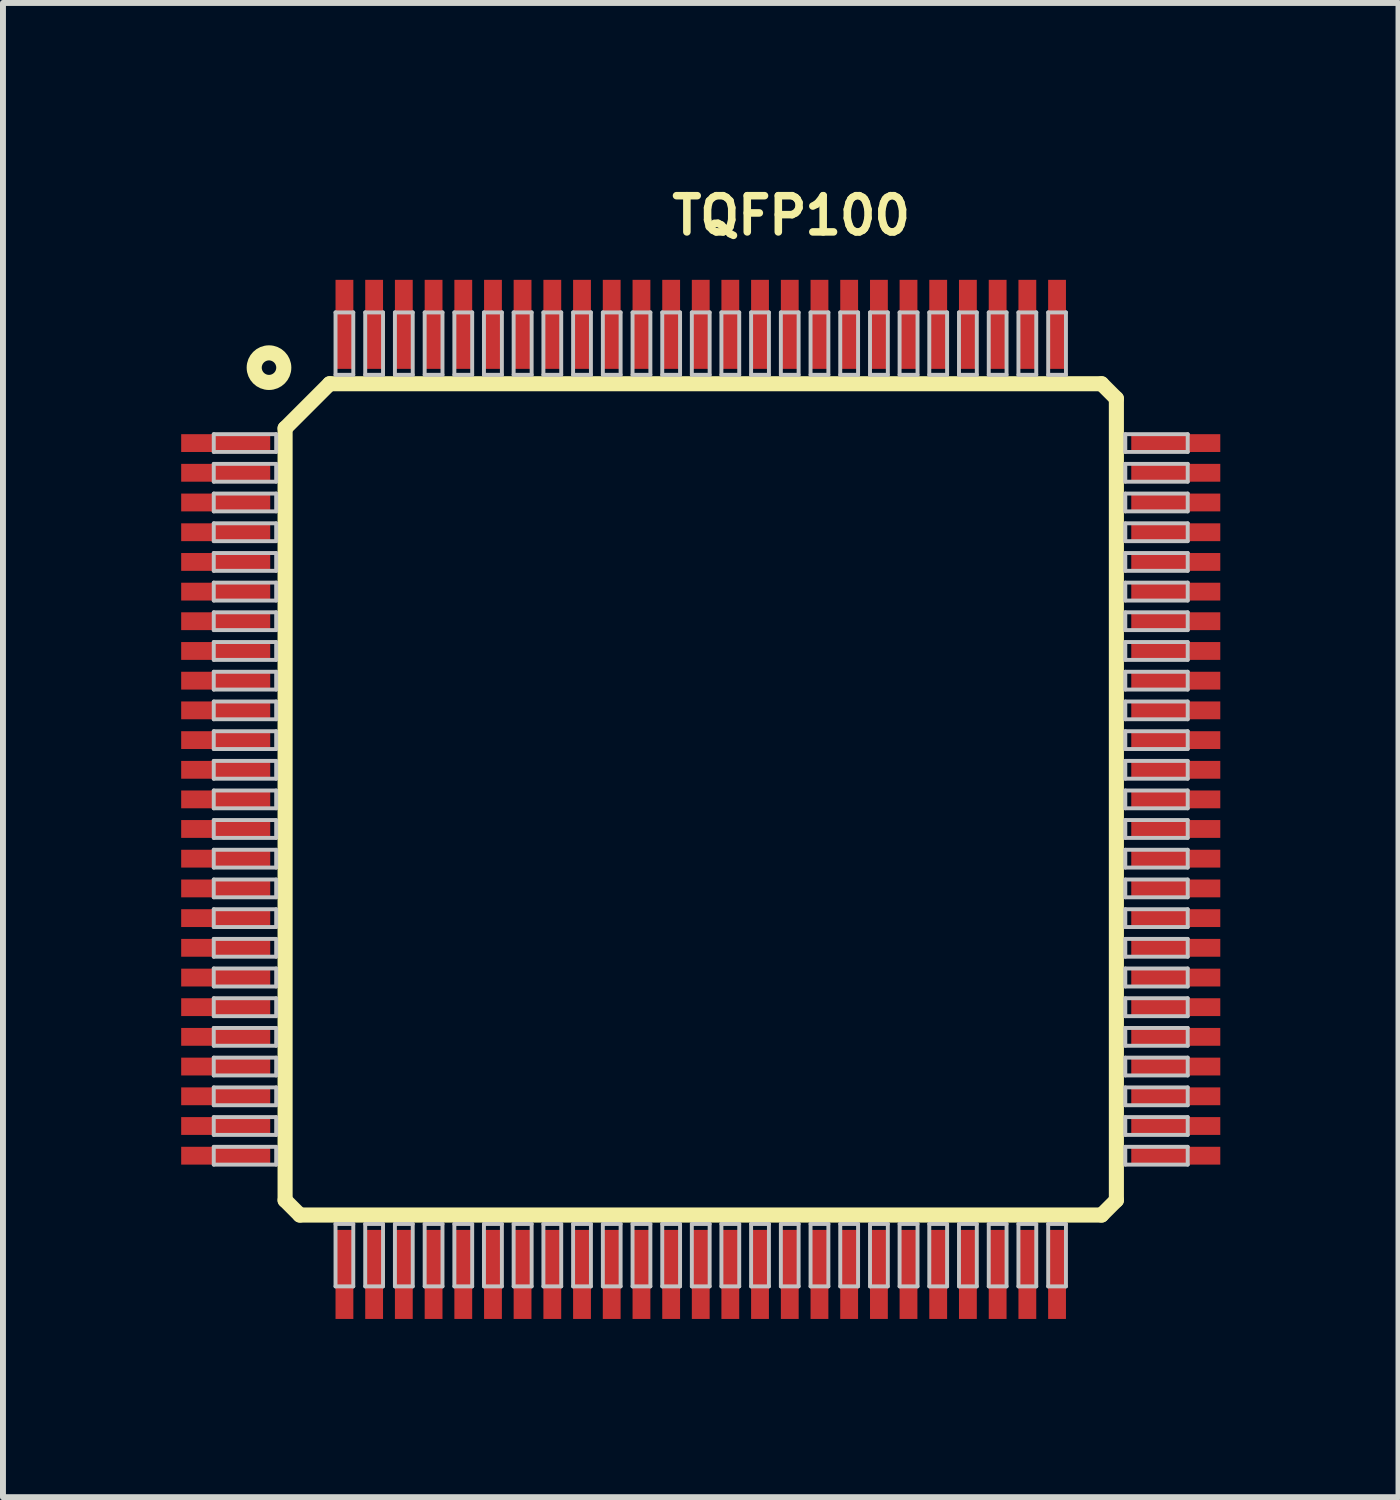
<source format=kicad_pcb>
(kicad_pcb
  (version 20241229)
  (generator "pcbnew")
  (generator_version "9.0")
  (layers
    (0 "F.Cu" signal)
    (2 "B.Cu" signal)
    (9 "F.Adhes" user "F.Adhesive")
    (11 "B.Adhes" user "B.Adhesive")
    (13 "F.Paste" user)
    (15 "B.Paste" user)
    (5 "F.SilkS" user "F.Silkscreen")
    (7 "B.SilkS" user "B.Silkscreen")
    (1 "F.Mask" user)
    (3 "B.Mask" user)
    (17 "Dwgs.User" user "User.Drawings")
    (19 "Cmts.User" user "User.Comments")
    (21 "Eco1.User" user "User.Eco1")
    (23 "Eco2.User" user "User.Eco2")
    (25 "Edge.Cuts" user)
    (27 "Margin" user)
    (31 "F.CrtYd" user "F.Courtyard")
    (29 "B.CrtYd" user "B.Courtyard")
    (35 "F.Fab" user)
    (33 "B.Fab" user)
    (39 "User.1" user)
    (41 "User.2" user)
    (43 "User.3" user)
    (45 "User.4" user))
  (footprint "TQFP100"
    (layer "F.Cu")
    (at 8.748 10.409)
    (property "Reference" "TQFP100" (at 1.524 -9.83 0) (layer "F.SilkS") (effects (font (size 0.61 0.61) (thickness 0.127))))
    (attr smd)
    (fp_line (start -6.998 -6.248) (end -6.248 -6.998) (stroke (width 0.254) (type solid)) (layer "F.SilkS"))
    (fp_line (start -6.998 6.749) (end -6.998 -6.248) (stroke (width 0.254) (type solid)) (layer "F.SilkS"))
    (fp_line (start -6.749 6.998) (end -6.998 6.749) (stroke (width 0.254) (type solid)) (layer "F.SilkS"))
    (fp_line (start -6.248 -6.998) (end 6.749 -6.998) (stroke (width 0.254) (type solid)) (layer "F.SilkS"))
    (fp_line (start 6.749 -6.998) (end 6.998 -6.749) (stroke (width 0.254) (type solid)) (layer "F.SilkS"))
    (fp_line (start 6.749 6.998) (end -6.749 6.998) (stroke (width 0.254) (type solid)) (layer "F.SilkS"))
    (fp_line (start 6.998 -6.749) (end 6.998 6.749) (stroke (width 0.254) (type solid)) (layer "F.SilkS"))
    (fp_line (start 6.998 6.749) (end 6.749 6.998) (stroke (width 0.254) (type solid)) (layer "F.SilkS"))
    (fp_circle (center -7.269 -7.269) (end -7.269 -7.518) (stroke (width 0.254) (type solid)) (fill no) (layer "F.SilkS"))
    (fp_line (start -8.199 -6.149) (end -7.148 -6.149) (stroke (width 0.066) (type solid)) (layer "Dwgs.User"))
    (fp_line (start -8.199 -5.85) (end -8.199 -6.149) (stroke (width 0.066) (type solid)) (layer "Dwgs.User"))
    (fp_line (start -8.199 -5.85) (end -7.148 -5.85) (stroke (width 0.066) (type solid)) (layer "Dwgs.User"))
    (fp_line (start -8.199 -5.649) (end -7.148 -5.649) (stroke (width 0.066) (type solid)) (layer "Dwgs.User"))
    (fp_line (start -8.199 -5.349) (end -8.199 -5.649) (stroke (width 0.066) (type solid)) (layer "Dwgs.User"))
    (fp_line (start -8.199 -5.349) (end -7.148 -5.349) (stroke (width 0.066) (type solid)) (layer "Dwgs.User"))
    (fp_line (start -8.199 -5.149) (end -7.148 -5.149) (stroke (width 0.066) (type solid)) (layer "Dwgs.User"))
    (fp_line (start -8.199 -4.849) (end -8.199 -5.149) (stroke (width 0.066) (type solid)) (layer "Dwgs.User"))
    (fp_line (start -8.199 -4.849) (end -7.148 -4.849) (stroke (width 0.066) (type solid)) (layer "Dwgs.User"))
    (fp_line (start -8.199 -4.648) (end -7.148 -4.648) (stroke (width 0.066) (type solid)) (layer "Dwgs.User"))
    (fp_line (start -8.199 -4.348) (end -8.199 -4.648) (stroke (width 0.066) (type solid)) (layer "Dwgs.User"))
    (fp_line (start -8.199 -4.348) (end -7.148 -4.348) (stroke (width 0.066) (type solid)) (layer "Dwgs.User"))
    (fp_line (start -8.199 -4.148) (end -7.148 -4.148) (stroke (width 0.066) (type solid)) (layer "Dwgs.User"))
    (fp_line (start -8.199 -3.848) (end -8.199 -4.148) (stroke (width 0.066) (type solid)) (layer "Dwgs.User"))
    (fp_line (start -8.199 -3.848) (end -7.148 -3.848) (stroke (width 0.066) (type solid)) (layer "Dwgs.User"))
    (fp_line (start -8.199 -3.65) (end -7.148 -3.65) (stroke (width 0.066) (type solid)) (layer "Dwgs.User"))
    (fp_line (start -8.199 -3.348) (end -8.199 -3.65) (stroke (width 0.066) (type solid)) (layer "Dwgs.User"))
    (fp_line (start -8.199 -3.348) (end -7.148 -3.348) (stroke (width 0.066) (type solid)) (layer "Dwgs.User"))
    (fp_line (start -8.199 -3.15) (end -7.148 -3.15) (stroke (width 0.066) (type solid)) (layer "Dwgs.User"))
    (fp_line (start -8.199 -2.85) (end -8.199 -3.15) (stroke (width 0.066) (type solid)) (layer "Dwgs.User"))
    (fp_line (start -8.199 -2.85) (end -7.148 -2.85) (stroke (width 0.066) (type solid)) (layer "Dwgs.User"))
    (fp_line (start -8.199 -2.649) (end -7.148 -2.649) (stroke (width 0.066) (type solid)) (layer "Dwgs.User"))
    (fp_line (start -8.199 -2.349) (end -8.199 -2.649) (stroke (width 0.066) (type solid)) (layer "Dwgs.User"))
    (fp_line (start -8.199 -2.349) (end -7.148 -2.349) (stroke (width 0.066) (type solid)) (layer "Dwgs.User"))
    (fp_line (start -8.199 -2.149) (end -7.148 -2.149) (stroke (width 0.066) (type solid)) (layer "Dwgs.User"))
    (fp_line (start -8.199 -1.849) (end -8.199 -2.149) (stroke (width 0.066) (type solid)) (layer "Dwgs.User"))
    (fp_line (start -8.199 -1.849) (end -7.148 -1.849) (stroke (width 0.066) (type solid)) (layer "Dwgs.User"))
    (fp_line (start -8.199 -1.648) (end -7.148 -1.648) (stroke (width 0.066) (type solid)) (layer "Dwgs.User"))
    (fp_line (start -8.199 -1.349) (end -8.199 -1.648) (stroke (width 0.066) (type solid)) (layer "Dwgs.User"))
    (fp_line (start -8.199 -1.349) (end -7.148 -1.349) (stroke (width 0.066) (type solid)) (layer "Dwgs.User"))
    (fp_line (start -8.199 -1.148) (end -7.148 -1.148) (stroke (width 0.066) (type solid)) (layer "Dwgs.User"))
    (fp_line (start -8.199 -0.848) (end -8.199 -1.148) (stroke (width 0.066) (type solid)) (layer "Dwgs.User"))
    (fp_line (start -8.199 -0.848) (end -7.148 -0.848) (stroke (width 0.066) (type solid)) (layer "Dwgs.User"))
    (fp_line (start -8.199 -0.648) (end -7.148 -0.648) (stroke (width 0.066) (type solid)) (layer "Dwgs.User"))
    (fp_line (start -8.199 -0.348) (end -8.199 -0.648) (stroke (width 0.066) (type solid)) (layer "Dwgs.User"))
    (fp_line (start -8.199 -0.348) (end -7.148 -0.348) (stroke (width 0.066) (type solid)) (layer "Dwgs.User"))
    (fp_line (start -8.199 -0.15) (end -7.148 -0.15) (stroke (width 0.066) (type solid)) (layer "Dwgs.User"))
    (fp_line (start -8.199 0.15) (end -8.199 -0.15) (stroke (width 0.066) (type solid)) (layer "Dwgs.User"))
    (fp_line (start -8.199 0.15) (end -7.148 0.15) (stroke (width 0.066) (type solid)) (layer "Dwgs.User"))
    (fp_line (start -8.199 0.348) (end -7.148 0.348) (stroke (width 0.066) (type solid)) (layer "Dwgs.User"))
    (fp_line (start -8.199 0.648) (end -8.199 0.348) (stroke (width 0.066) (type solid)) (layer "Dwgs.User"))
    (fp_line (start -8.199 0.648) (end -7.148 0.648) (stroke (width 0.066) (type solid)) (layer "Dwgs.User"))
    (fp_line (start -8.199 0.848) (end -7.148 0.848) (stroke (width 0.066) (type solid)) (layer "Dwgs.User"))
    (fp_line (start -8.199 1.148) (end -8.199 0.848) (stroke (width 0.066) (type solid)) (layer "Dwgs.User"))
    (fp_line (start -8.199 1.148) (end -7.148 1.148) (stroke (width 0.066) (type solid)) (layer "Dwgs.User"))
    (fp_line (start -8.199 1.349) (end -7.148 1.349) (stroke (width 0.066) (type solid)) (layer "Dwgs.User"))
    (fp_line (start -8.199 1.648) (end -8.199 1.349) (stroke (width 0.066) (type solid)) (layer "Dwgs.User"))
    (fp_line (start -8.199 1.648) (end -7.148 1.648) (stroke (width 0.066) (type solid)) (layer "Dwgs.User"))
    (fp_line (start -8.199 1.849) (end -7.148 1.849) (stroke (width 0.066) (type solid)) (layer "Dwgs.User"))
    (fp_line (start -8.199 2.149) (end -8.199 1.849) (stroke (width 0.066) (type solid)) (layer "Dwgs.User"))
    (fp_line (start -8.199 2.149) (end -7.148 2.149) (stroke (width 0.066) (type solid)) (layer "Dwgs.User"))
    (fp_line (start -8.199 2.349) (end -7.148 2.349) (stroke (width 0.066) (type solid)) (layer "Dwgs.User"))
    (fp_line (start -8.199 2.649) (end -8.199 2.349) (stroke (width 0.066) (type solid)) (layer "Dwgs.User"))
    (fp_line (start -8.199 2.649) (end -7.148 2.649) (stroke (width 0.066) (type solid)) (layer "Dwgs.User"))
    (fp_line (start -8.199 2.847) (end -7.148 2.847) (stroke (width 0.066) (type solid)) (layer "Dwgs.User"))
    (fp_line (start -8.199 3.15) (end -8.199 2.847) (stroke (width 0.066) (type solid)) (layer "Dwgs.User"))
    (fp_line (start -8.199 3.15) (end -7.148 3.15) (stroke (width 0.066) (type solid)) (layer "Dwgs.User"))
    (fp_line (start -8.199 3.348) (end -7.148 3.348) (stroke (width 0.066) (type solid)) (layer "Dwgs.User"))
    (fp_line (start -8.199 3.65) (end -8.199 3.348) (stroke (width 0.066) (type solid)) (layer "Dwgs.User"))
    (fp_line (start -8.199 3.65) (end -7.148 3.65) (stroke (width 0.066) (type solid)) (layer "Dwgs.User"))
    (fp_line (start -8.199 3.848) (end -7.148 3.848) (stroke (width 0.066) (type solid)) (layer "Dwgs.User"))
    (fp_line (start -8.199 4.148) (end -8.199 3.848) (stroke (width 0.066) (type solid)) (layer "Dwgs.User"))
    (fp_line (start -8.199 4.148) (end -7.148 4.148) (stroke (width 0.066) (type solid)) (layer "Dwgs.User"))
    (fp_line (start -8.199 4.348) (end -7.148 4.348) (stroke (width 0.066) (type solid)) (layer "Dwgs.User"))
    (fp_line (start -8.199 4.648) (end -8.199 4.348) (stroke (width 0.066) (type solid)) (layer "Dwgs.User"))
    (fp_line (start -8.199 4.648) (end -7.148 4.648) (stroke (width 0.066) (type solid)) (layer "Dwgs.User"))
    (fp_line (start -8.199 4.849) (end -7.148 4.849) (stroke (width 0.066) (type solid)) (layer "Dwgs.User"))
    (fp_line (start -8.199 5.149) (end -8.199 4.849) (stroke (width 0.066) (type solid)) (layer "Dwgs.User"))
    (fp_line (start -8.199 5.149) (end -7.148 5.149) (stroke (width 0.066) (type solid)) (layer "Dwgs.User"))
    (fp_line (start -8.199 5.349) (end -7.148 5.349) (stroke (width 0.066) (type solid)) (layer "Dwgs.User"))
    (fp_line (start -8.199 5.649) (end -8.199 5.349) (stroke (width 0.066) (type solid)) (layer "Dwgs.User"))
    (fp_line (start -8.199 5.649) (end -7.148 5.649) (stroke (width 0.066) (type solid)) (layer "Dwgs.User"))
    (fp_line (start -8.199 5.85) (end -7.148 5.85) (stroke (width 0.066) (type solid)) (layer "Dwgs.User"))
    (fp_line (start -8.199 6.149) (end -8.199 5.85) (stroke (width 0.066) (type solid)) (layer "Dwgs.User"))
    (fp_line (start -8.199 6.149) (end -7.148 6.149) (stroke (width 0.066) (type solid)) (layer "Dwgs.User"))
    (fp_line (start -7.148 -5.85) (end -7.148 -6.149) (stroke (width 0.066) (type solid)) (layer "Dwgs.User"))
    (fp_line (start -7.148 -5.349) (end -7.148 -5.649) (stroke (width 0.066) (type solid)) (layer "Dwgs.User"))
    (fp_line (start -7.148 -4.849) (end -7.148 -5.149) (stroke (width 0.066) (type solid)) (layer "Dwgs.User"))
    (fp_line (start -7.148 -4.348) (end -7.148 -4.648) (stroke (width 0.066) (type solid)) (layer "Dwgs.User"))
    (fp_line (start -7.148 -3.848) (end -7.148 -4.148) (stroke (width 0.066) (type solid)) (layer "Dwgs.User"))
    (fp_line (start -7.148 -3.348) (end -7.148 -3.65) (stroke (width 0.066) (type solid)) (layer "Dwgs.User"))
    (fp_line (start -7.148 -2.85) (end -7.148 -3.15) (stroke (width 0.066) (type solid)) (layer "Dwgs.User"))
    (fp_line (start -7.148 -2.349) (end -7.148 -2.649) (stroke (width 0.066) (type solid)) (layer "Dwgs.User"))
    (fp_line (start -7.148 -1.849) (end -7.148 -2.149) (stroke (width 0.066) (type solid)) (layer "Dwgs.User"))
    (fp_line (start -7.148 -1.349) (end -7.148 -1.648) (stroke (width 0.066) (type solid)) (layer "Dwgs.User"))
    (fp_line (start -7.148 -0.848) (end -7.148 -1.148) (stroke (width 0.066) (type solid)) (layer "Dwgs.User"))
    (fp_line (start -7.148 -0.348) (end -7.148 -0.648) (stroke (width 0.066) (type solid)) (layer "Dwgs.User"))
    (fp_line (start -7.148 0.15) (end -7.148 -0.15) (stroke (width 0.066) (type solid)) (layer "Dwgs.User"))
    (fp_line (start -7.148 0.648) (end -7.148 0.348) (stroke (width 0.066) (type solid)) (layer "Dwgs.User"))
    (fp_line (start -7.148 1.148) (end -7.148 0.848) (stroke (width 0.066) (type solid)) (layer "Dwgs.User"))
    (fp_line (start -7.148 1.648) (end -7.148 1.349) (stroke (width 0.066) (type solid)) (layer "Dwgs.User"))
    (fp_line (start -7.148 2.149) (end -7.148 1.849) (stroke (width 0.066) (type solid)) (layer "Dwgs.User"))
    (fp_line (start -7.148 2.649) (end -7.148 2.349) (stroke (width 0.066) (type solid)) (layer "Dwgs.User"))
    (fp_line (start -7.148 3.15) (end -7.148 2.847) (stroke (width 0.066) (type solid)) (layer "Dwgs.User"))
    (fp_line (start -7.148 3.65) (end -7.148 3.348) (stroke (width 0.066) (type solid)) (layer "Dwgs.User"))
    (fp_line (start -7.148 4.148) (end -7.148 3.848) (stroke (width 0.066) (type solid)) (layer "Dwgs.User"))
    (fp_line (start -7.148 4.648) (end -7.148 4.348) (stroke (width 0.066) (type solid)) (layer "Dwgs.User"))
    (fp_line (start -7.148 5.149) (end -7.148 4.849) (stroke (width 0.066) (type solid)) (layer "Dwgs.User"))
    (fp_line (start -7.148 5.649) (end -7.148 5.349) (stroke (width 0.066) (type solid)) (layer "Dwgs.User"))
    (fp_line (start -7.148 6.149) (end -7.148 5.85) (stroke (width 0.066) (type solid)) (layer "Dwgs.User"))
    (fp_line (start -6.149 -8.199) (end -5.85 -8.199) (stroke (width 0.066) (type solid)) (layer "Dwgs.User"))
    (fp_line (start -6.149 -7.148) (end -6.149 -8.199) (stroke (width 0.066) (type solid)) (layer "Dwgs.User"))
    (fp_line (start -6.149 -7.148) (end -5.85 -7.148) (stroke (width 0.066) (type solid)) (layer "Dwgs.User"))
    (fp_line (start -6.149 7.148) (end -5.85 7.148) (stroke (width 0.066) (type solid)) (layer "Dwgs.User"))
    (fp_line (start -6.149 8.199) (end -6.149 7.148) (stroke (width 0.066) (type solid)) (layer "Dwgs.User"))
    (fp_line (start -6.149 8.199) (end -5.85 8.199) (stroke (width 0.066) (type solid)) (layer "Dwgs.User"))
    (fp_line (start -5.85 -7.148) (end -5.85 -8.199) (stroke (width 0.066) (type solid)) (layer "Dwgs.User"))
    (fp_line (start -5.85 8.199) (end -5.85 7.148) (stroke (width 0.066) (type solid)) (layer "Dwgs.User"))
    (fp_line (start -5.649 -8.199) (end -5.349 -8.199) (stroke (width 0.066) (type solid)) (layer "Dwgs.User"))
    (fp_line (start -5.649 -7.148) (end -5.649 -8.199) (stroke (width 0.066) (type solid)) (layer "Dwgs.User"))
    (fp_line (start -5.649 -7.148) (end -5.349 -7.148) (stroke (width 0.066) (type solid)) (layer "Dwgs.User"))
    (fp_line (start -5.649 7.148) (end -5.349 7.148) (stroke (width 0.066) (type solid)) (layer "Dwgs.User"))
    (fp_line (start -5.649 8.199) (end -5.649 7.148) (stroke (width 0.066) (type solid)) (layer "Dwgs.User"))
    (fp_line (start -5.649 8.199) (end -5.349 8.199) (stroke (width 0.066) (type solid)) (layer "Dwgs.User"))
    (fp_line (start -5.349 -7.148) (end -5.349 -8.199) (stroke (width 0.066) (type solid)) (layer "Dwgs.User"))
    (fp_line (start -5.349 8.199) (end -5.349 7.148) (stroke (width 0.066) (type solid)) (layer "Dwgs.User"))
    (fp_line (start -5.149 -8.199) (end -4.849 -8.199) (stroke (width 0.066) (type solid)) (layer "Dwgs.User"))
    (fp_line (start -5.149 -7.148) (end -5.149 -8.199) (stroke (width 0.066) (type solid)) (layer "Dwgs.User"))
    (fp_line (start -5.149 -7.148) (end -4.849 -7.148) (stroke (width 0.066) (type solid)) (layer "Dwgs.User"))
    (fp_line (start -5.149 7.148) (end -4.849 7.148) (stroke (width 0.066) (type solid)) (layer "Dwgs.User"))
    (fp_line (start -5.149 8.199) (end -5.149 7.148) (stroke (width 0.066) (type solid)) (layer "Dwgs.User"))
    (fp_line (start -5.149 8.199) (end -4.849 8.199) (stroke (width 0.066) (type solid)) (layer "Dwgs.User"))
    (fp_line (start -4.849 -7.148) (end -4.849 -8.199) (stroke (width 0.066) (type solid)) (layer "Dwgs.User"))
    (fp_line (start -4.849 8.199) (end -4.849 7.148) (stroke (width 0.066) (type solid)) (layer "Dwgs.User"))
    (fp_line (start -4.648 -8.199) (end -4.348 -8.199) (stroke (width 0.066) (type solid)) (layer "Dwgs.User"))
    (fp_line (start -4.648 -7.148) (end -4.648 -8.199) (stroke (width 0.066) (type solid)) (layer "Dwgs.User"))
    (fp_line (start -4.648 -7.148) (end -4.348 -7.148) (stroke (width 0.066) (type solid)) (layer "Dwgs.User"))
    (fp_line (start -4.648 7.148) (end -4.348 7.148) (stroke (width 0.066) (type solid)) (layer "Dwgs.User"))
    (fp_line (start -4.648 8.199) (end -4.648 7.148) (stroke (width 0.066) (type solid)) (layer "Dwgs.User"))
    (fp_line (start -4.648 8.199) (end -4.348 8.199) (stroke (width 0.066) (type solid)) (layer "Dwgs.User"))
    (fp_line (start -4.348 -7.148) (end -4.348 -8.199) (stroke (width 0.066) (type solid)) (layer "Dwgs.User"))
    (fp_line (start -4.348 8.199) (end -4.348 7.148) (stroke (width 0.066) (type solid)) (layer "Dwgs.User"))
    (fp_line (start -4.148 -8.199) (end -3.848 -8.199) (stroke (width 0.066) (type solid)) (layer "Dwgs.User"))
    (fp_line (start -4.148 -7.148) (end -4.148 -8.199) (stroke (width 0.066) (type solid)) (layer "Dwgs.User"))
    (fp_line (start -4.148 -7.148) (end -3.848 -7.148) (stroke (width 0.066) (type solid)) (layer "Dwgs.User"))
    (fp_line (start -4.148 7.148) (end -3.848 7.148) (stroke (width 0.066) (type solid)) (layer "Dwgs.User"))
    (fp_line (start -4.148 8.199) (end -4.148 7.148) (stroke (width 0.066) (type solid)) (layer "Dwgs.User"))
    (fp_line (start -4.148 8.199) (end -3.848 8.199) (stroke (width 0.066) (type solid)) (layer "Dwgs.User"))
    (fp_line (start -3.848 -7.148) (end -3.848 -8.199) (stroke (width 0.066) (type solid)) (layer "Dwgs.User"))
    (fp_line (start -3.848 8.199) (end -3.848 7.148) (stroke (width 0.066) (type solid)) (layer "Dwgs.User"))
    (fp_line (start -3.65 -8.199) (end -3.348 -8.199) (stroke (width 0.066) (type solid)) (layer "Dwgs.User"))
    (fp_line (start -3.65 -7.148) (end -3.65 -8.199) (stroke (width 0.066) (type solid)) (layer "Dwgs.User"))
    (fp_line (start -3.65 -7.148) (end -3.348 -7.148) (stroke (width 0.066) (type solid)) (layer "Dwgs.User"))
    (fp_line (start -3.65 7.148) (end -3.348 7.148) (stroke (width 0.066) (type solid)) (layer "Dwgs.User"))
    (fp_line (start -3.65 8.199) (end -3.65 7.148) (stroke (width 0.066) (type solid)) (layer "Dwgs.User"))
    (fp_line (start -3.65 8.199) (end -3.348 8.199) (stroke (width 0.066) (type solid)) (layer "Dwgs.User"))
    (fp_line (start -3.348 -7.148) (end -3.348 -8.199) (stroke (width 0.066) (type solid)) (layer "Dwgs.User"))
    (fp_line (start -3.348 8.199) (end -3.348 7.148) (stroke (width 0.066) (type solid)) (layer "Dwgs.User"))
    (fp_line (start -3.15 -8.199) (end -2.847 -8.199) (stroke (width 0.066) (type solid)) (layer "Dwgs.User"))
    (fp_line (start -3.15 -7.148) (end -3.15 -8.199) (stroke (width 0.066) (type solid)) (layer "Dwgs.User"))
    (fp_line (start -3.15 -7.148) (end -2.847 -7.148) (stroke (width 0.066) (type solid)) (layer "Dwgs.User"))
    (fp_line (start -3.15 7.148) (end -2.847 7.148) (stroke (width 0.066) (type solid)) (layer "Dwgs.User"))
    (fp_line (start -3.15 8.199) (end -3.15 7.148) (stroke (width 0.066) (type solid)) (layer "Dwgs.User"))
    (fp_line (start -3.15 8.199) (end -2.847 8.199) (stroke (width 0.066) (type solid)) (layer "Dwgs.User"))
    (fp_line (start -2.847 -7.148) (end -2.847 -8.199) (stroke (width 0.066) (type solid)) (layer "Dwgs.User"))
    (fp_line (start -2.847 8.199) (end -2.847 7.148) (stroke (width 0.066) (type solid)) (layer "Dwgs.User"))
    (fp_line (start -2.649 -8.199) (end -2.349 -8.199) (stroke (width 0.066) (type solid)) (layer "Dwgs.User"))
    (fp_line (start -2.649 -7.148) (end -2.649 -8.199) (stroke (width 0.066) (type solid)) (layer "Dwgs.User"))
    (fp_line (start -2.649 -7.148) (end -2.349 -7.148) (stroke (width 0.066) (type solid)) (layer "Dwgs.User"))
    (fp_line (start -2.649 7.148) (end -2.349 7.148) (stroke (width 0.066) (type solid)) (layer "Dwgs.User"))
    (fp_line (start -2.649 8.199) (end -2.649 7.148) (stroke (width 0.066) (type solid)) (layer "Dwgs.User"))
    (fp_line (start -2.649 8.199) (end -2.349 8.199) (stroke (width 0.066) (type solid)) (layer "Dwgs.User"))
    (fp_line (start -2.349 -7.148) (end -2.349 -8.199) (stroke (width 0.066) (type solid)) (layer "Dwgs.User"))
    (fp_line (start -2.349 8.199) (end -2.349 7.148) (stroke (width 0.066) (type solid)) (layer "Dwgs.User"))
    (fp_line (start -2.149 -8.199) (end -1.849 -8.199) (stroke (width 0.066) (type solid)) (layer "Dwgs.User"))
    (fp_line (start -2.149 -7.148) (end -2.149 -8.199) (stroke (width 0.066) (type solid)) (layer "Dwgs.User"))
    (fp_line (start -2.149 -7.148) (end -1.849 -7.148) (stroke (width 0.066) (type solid)) (layer "Dwgs.User"))
    (fp_line (start -2.149 7.148) (end -1.849 7.148) (stroke (width 0.066) (type solid)) (layer "Dwgs.User"))
    (fp_line (start -2.149 8.199) (end -2.149 7.148) (stroke (width 0.066) (type solid)) (layer "Dwgs.User"))
    (fp_line (start -2.149 8.199) (end -1.849 8.199) (stroke (width 0.066) (type solid)) (layer "Dwgs.User"))
    (fp_line (start -1.849 -7.148) (end -1.849 -8.199) (stroke (width 0.066) (type solid)) (layer "Dwgs.User"))
    (fp_line (start -1.849 8.199) (end -1.849 7.148) (stroke (width 0.066) (type solid)) (layer "Dwgs.User"))
    (fp_line (start -1.648 -8.199) (end -1.349 -8.199) (stroke (width 0.066) (type solid)) (layer "Dwgs.User"))
    (fp_line (start -1.648 -7.148) (end -1.648 -8.199) (stroke (width 0.066) (type solid)) (layer "Dwgs.User"))
    (fp_line (start -1.648 -7.148) (end -1.349 -7.148) (stroke (width 0.066) (type solid)) (layer "Dwgs.User"))
    (fp_line (start -1.648 7.148) (end -1.349 7.148) (stroke (width 0.066) (type solid)) (layer "Dwgs.User"))
    (fp_line (start -1.648 8.199) (end -1.648 7.148) (stroke (width 0.066) (type solid)) (layer "Dwgs.User"))
    (fp_line (start -1.648 8.199) (end -1.349 8.199) (stroke (width 0.066) (type solid)) (layer "Dwgs.User"))
    (fp_line (start -1.349 -7.148) (end -1.349 -8.199) (stroke (width 0.066) (type solid)) (layer "Dwgs.User"))
    (fp_line (start -1.349 8.199) (end -1.349 7.148) (stroke (width 0.066) (type solid)) (layer "Dwgs.User"))
    (fp_line (start -1.148 -8.199) (end -0.848 -8.199) (stroke (width 0.066) (type solid)) (layer "Dwgs.User"))
    (fp_line (start -1.148 -7.148) (end -1.148 -8.199) (stroke (width 0.066) (type solid)) (layer "Dwgs.User"))
    (fp_line (start -1.148 -7.148) (end -0.848 -7.148) (stroke (width 0.066) (type solid)) (layer "Dwgs.User"))
    (fp_line (start -1.148 7.148) (end -0.848 7.148) (stroke (width 0.066) (type solid)) (layer "Dwgs.User"))
    (fp_line (start -1.148 8.199) (end -1.148 7.148) (stroke (width 0.066) (type solid)) (layer "Dwgs.User"))
    (fp_line (start -1.148 8.199) (end -0.848 8.199) (stroke (width 0.066) (type solid)) (layer "Dwgs.User"))
    (fp_line (start -0.848 -7.148) (end -0.848 -8.199) (stroke (width 0.066) (type solid)) (layer "Dwgs.User"))
    (fp_line (start -0.848 8.199) (end -0.848 7.148) (stroke (width 0.066) (type solid)) (layer "Dwgs.User"))
    (fp_line (start -0.648 -8.199) (end -0.348 -8.199) (stroke (width 0.066) (type solid)) (layer "Dwgs.User"))
    (fp_line (start -0.648 -7.148) (end -0.648 -8.199) (stroke (width 0.066) (type solid)) (layer "Dwgs.User"))
    (fp_line (start -0.648 -7.148) (end -0.348 -7.148) (stroke (width 0.066) (type solid)) (layer "Dwgs.User"))
    (fp_line (start -0.648 7.148) (end -0.348 7.148) (stroke (width 0.066) (type solid)) (layer "Dwgs.User"))
    (fp_line (start -0.648 8.199) (end -0.648 7.148) (stroke (width 0.066) (type solid)) (layer "Dwgs.User"))
    (fp_line (start -0.648 8.199) (end -0.348 8.199) (stroke (width 0.066) (type solid)) (layer "Dwgs.User"))
    (fp_line (start -0.348 -7.148) (end -0.348 -8.199) (stroke (width 0.066) (type solid)) (layer "Dwgs.User"))
    (fp_line (start -0.348 8.199) (end -0.348 7.148) (stroke (width 0.066) (type solid)) (layer "Dwgs.User"))
    (fp_line (start -0.15 -8.199) (end 0.15 -8.199) (stroke (width 0.066) (type solid)) (layer "Dwgs.User"))
    (fp_line (start -0.15 -7.148) (end -0.15 -8.199) (stroke (width 0.066) (type solid)) (layer "Dwgs.User"))
    (fp_line (start -0.15 -7.148) (end 0.15 -7.148) (stroke (width 0.066) (type solid)) (layer "Dwgs.User"))
    (fp_line (start -0.15 7.148) (end 0.15 7.148) (stroke (width 0.066) (type solid)) (layer "Dwgs.User"))
    (fp_line (start -0.15 8.199) (end -0.15 7.148) (stroke (width 0.066) (type solid)) (layer "Dwgs.User"))
    (fp_line (start -0.15 8.199) (end 0.15 8.199) (stroke (width 0.066) (type solid)) (layer "Dwgs.User"))
    (fp_line (start 0.15 -7.148) (end 0.15 -8.199) (stroke (width 0.066) (type solid)) (layer "Dwgs.User"))
    (fp_line (start 0.15 8.199) (end 0.15 7.148) (stroke (width 0.066) (type solid)) (layer "Dwgs.User"))
    (fp_line (start 0.348 -8.199) (end 0.648 -8.199) (stroke (width 0.066) (type solid)) (layer "Dwgs.User"))
    (fp_line (start 0.348 -7.148) (end 0.348 -8.199) (stroke (width 0.066) (type solid)) (layer "Dwgs.User"))
    (fp_line (start 0.348 -7.148) (end 0.648 -7.148) (stroke (width 0.066) (type solid)) (layer "Dwgs.User"))
    (fp_line (start 0.348 7.148) (end 0.648 7.148) (stroke (width 0.066) (type solid)) (layer "Dwgs.User"))
    (fp_line (start 0.348 8.199) (end 0.348 7.148) (stroke (width 0.066) (type solid)) (layer "Dwgs.User"))
    (fp_line (start 0.348 8.199) (end 0.648 8.199) (stroke (width 0.066) (type solid)) (layer "Dwgs.User"))
    (fp_line (start 0.648 -7.148) (end 0.648 -8.199) (stroke (width 0.066) (type solid)) (layer "Dwgs.User"))
    (fp_line (start 0.648 8.199) (end 0.648 7.148) (stroke (width 0.066) (type solid)) (layer "Dwgs.User"))
    (fp_line (start 0.848 -8.199) (end 1.148 -8.199) (stroke (width 0.066) (type solid)) (layer "Dwgs.User"))
    (fp_line (start 0.848 -7.148) (end 0.848 -8.199) (stroke (width 0.066) (type solid)) (layer "Dwgs.User"))
    (fp_line (start 0.848 -7.148) (end 1.148 -7.148) (stroke (width 0.066) (type solid)) (layer "Dwgs.User"))
    (fp_line (start 0.848 7.148) (end 1.148 7.148) (stroke (width 0.066) (type solid)) (layer "Dwgs.User"))
    (fp_line (start 0.848 8.199) (end 0.848 7.148) (stroke (width 0.066) (type solid)) (layer "Dwgs.User"))
    (fp_line (start 0.848 8.199) (end 1.148 8.199) (stroke (width 0.066) (type solid)) (layer "Dwgs.User"))
    (fp_line (start 1.148 -7.148) (end 1.148 -8.199) (stroke (width 0.066) (type solid)) (layer "Dwgs.User"))
    (fp_line (start 1.148 8.199) (end 1.148 7.148) (stroke (width 0.066) (type solid)) (layer "Dwgs.User"))
    (fp_line (start 1.349 -8.199) (end 1.648 -8.199) (stroke (width 0.066) (type solid)) (layer "Dwgs.User"))
    (fp_line (start 1.349 -7.148) (end 1.349 -8.199) (stroke (width 0.066) (type solid)) (layer "Dwgs.User"))
    (fp_line (start 1.349 -7.148) (end 1.648 -7.148) (stroke (width 0.066) (type solid)) (layer "Dwgs.User"))
    (fp_line (start 1.349 7.148) (end 1.648 7.148) (stroke (width 0.066) (type solid)) (layer "Dwgs.User"))
    (fp_line (start 1.349 8.199) (end 1.349 7.148) (stroke (width 0.066) (type solid)) (layer "Dwgs.User"))
    (fp_line (start 1.349 8.199) (end 1.648 8.199) (stroke (width 0.066) (type solid)) (layer "Dwgs.User"))
    (fp_line (start 1.648 -7.148) (end 1.648 -8.199) (stroke (width 0.066) (type solid)) (layer "Dwgs.User"))
    (fp_line (start 1.648 8.199) (end 1.648 7.148) (stroke (width 0.066) (type solid)) (layer "Dwgs.User"))
    (fp_line (start 1.849 -8.199) (end 2.149 -8.199) (stroke (width 0.066) (type solid)) (layer "Dwgs.User"))
    (fp_line (start 1.849 -7.148) (end 1.849 -8.199) (stroke (width 0.066) (type solid)) (layer "Dwgs.User"))
    (fp_line (start 1.849 -7.148) (end 2.149 -7.148) (stroke (width 0.066) (type solid)) (layer "Dwgs.User"))
    (fp_line (start 1.849 7.148) (end 2.149 7.148) (stroke (width 0.066) (type solid)) (layer "Dwgs.User"))
    (fp_line (start 1.849 8.199) (end 1.849 7.148) (stroke (width 0.066) (type solid)) (layer "Dwgs.User"))
    (fp_line (start 1.849 8.199) (end 2.149 8.199) (stroke (width 0.066) (type solid)) (layer "Dwgs.User"))
    (fp_line (start 2.149 -7.148) (end 2.149 -8.199) (stroke (width 0.066) (type solid)) (layer "Dwgs.User"))
    (fp_line (start 2.149 8.199) (end 2.149 7.148) (stroke (width 0.066) (type solid)) (layer "Dwgs.User"))
    (fp_line (start 2.349 -8.199) (end 2.649 -8.199) (stroke (width 0.066) (type solid)) (layer "Dwgs.User"))
    (fp_line (start 2.349 -7.148) (end 2.349 -8.199) (stroke (width 0.066) (type solid)) (layer "Dwgs.User"))
    (fp_line (start 2.349 -7.148) (end 2.649 -7.148) (stroke (width 0.066) (type solid)) (layer "Dwgs.User"))
    (fp_line (start 2.349 7.148) (end 2.649 7.148) (stroke (width 0.066) (type solid)) (layer "Dwgs.User"))
    (fp_line (start 2.349 8.199) (end 2.349 7.148) (stroke (width 0.066) (type solid)) (layer "Dwgs.User"))
    (fp_line (start 2.349 8.199) (end 2.649 8.199) (stroke (width 0.066) (type solid)) (layer "Dwgs.User"))
    (fp_line (start 2.649 -7.148) (end 2.649 -8.199) (stroke (width 0.066) (type solid)) (layer "Dwgs.User"))
    (fp_line (start 2.649 8.199) (end 2.649 7.148) (stroke (width 0.066) (type solid)) (layer "Dwgs.User"))
    (fp_line (start 2.85 -8.199) (end 3.15 -8.199) (stroke (width 0.066) (type solid)) (layer "Dwgs.User"))
    (fp_line (start 2.85 -7.148) (end 2.85 -8.199) (stroke (width 0.066) (type solid)) (layer "Dwgs.User"))
    (fp_line (start 2.85 -7.148) (end 3.15 -7.148) (stroke (width 0.066) (type solid)) (layer "Dwgs.User"))
    (fp_line (start 2.85 7.148) (end 3.15 7.148) (stroke (width 0.066) (type solid)) (layer "Dwgs.User"))
    (fp_line (start 2.85 8.199) (end 2.85 7.148) (stroke (width 0.066) (type solid)) (layer "Dwgs.User"))
    (fp_line (start 2.85 8.199) (end 3.15 8.199) (stroke (width 0.066) (type solid)) (layer "Dwgs.User"))
    (fp_line (start 3.15 -7.148) (end 3.15 -8.199) (stroke (width 0.066) (type solid)) (layer "Dwgs.User"))
    (fp_line (start 3.15 8.199) (end 3.15 7.148) (stroke (width 0.066) (type solid)) (layer "Dwgs.User"))
    (fp_line (start 3.348 -8.199) (end 3.65 -8.199) (stroke (width 0.066) (type solid)) (layer "Dwgs.User"))
    (fp_line (start 3.348 -7.148) (end 3.348 -8.199) (stroke (width 0.066) (type solid)) (layer "Dwgs.User"))
    (fp_line (start 3.348 -7.148) (end 3.65 -7.148) (stroke (width 0.066) (type solid)) (layer "Dwgs.User"))
    (fp_line (start 3.348 7.148) (end 3.65 7.148) (stroke (width 0.066) (type solid)) (layer "Dwgs.User"))
    (fp_line (start 3.348 8.199) (end 3.348 7.148) (stroke (width 0.066) (type solid)) (layer "Dwgs.User"))
    (fp_line (start 3.348 8.199) (end 3.65 8.199) (stroke (width 0.066) (type solid)) (layer "Dwgs.User"))
    (fp_line (start 3.65 -7.148) (end 3.65 -8.199) (stroke (width 0.066) (type solid)) (layer "Dwgs.User"))
    (fp_line (start 3.65 8.199) (end 3.65 7.148) (stroke (width 0.066) (type solid)) (layer "Dwgs.User"))
    (fp_line (start 3.848 -8.199) (end 4.148 -8.199) (stroke (width 0.066) (type solid)) (layer "Dwgs.User"))
    (fp_line (start 3.848 -7.148) (end 3.848 -8.199) (stroke (width 0.066) (type solid)) (layer "Dwgs.User"))
    (fp_line (start 3.848 -7.148) (end 4.148 -7.148) (stroke (width 0.066) (type solid)) (layer "Dwgs.User"))
    (fp_line (start 3.848 7.148) (end 4.148 7.148) (stroke (width 0.066) (type solid)) (layer "Dwgs.User"))
    (fp_line (start 3.848 8.199) (end 3.848 7.148) (stroke (width 0.066) (type solid)) (layer "Dwgs.User"))
    (fp_line (start 3.848 8.199) (end 4.148 8.199) (stroke (width 0.066) (type solid)) (layer "Dwgs.User"))
    (fp_line (start 4.148 -7.148) (end 4.148 -8.199) (stroke (width 0.066) (type solid)) (layer "Dwgs.User"))
    (fp_line (start 4.148 8.199) (end 4.148 7.148) (stroke (width 0.066) (type solid)) (layer "Dwgs.User"))
    (fp_line (start 4.348 -8.199) (end 4.648 -8.199) (stroke (width 0.066) (type solid)) (layer "Dwgs.User"))
    (fp_line (start 4.348 -7.148) (end 4.348 -8.199) (stroke (width 0.066) (type solid)) (layer "Dwgs.User"))
    (fp_line (start 4.348 -7.148) (end 4.648 -7.148) (stroke (width 0.066) (type solid)) (layer "Dwgs.User"))
    (fp_line (start 4.348 7.148) (end 4.648 7.148) (stroke (width 0.066) (type solid)) (layer "Dwgs.User"))
    (fp_line (start 4.348 8.199) (end 4.348 7.148) (stroke (width 0.066) (type solid)) (layer "Dwgs.User"))
    (fp_line (start 4.348 8.199) (end 4.648 8.199) (stroke (width 0.066) (type solid)) (layer "Dwgs.User"))
    (fp_line (start 4.648 -7.148) (end 4.648 -8.199) (stroke (width 0.066) (type solid)) (layer "Dwgs.User"))
    (fp_line (start 4.648 8.199) (end 4.648 7.148) (stroke (width 0.066) (type solid)) (layer "Dwgs.User"))
    (fp_line (start 4.849 -8.199) (end 5.149 -8.199) (stroke (width 0.066) (type solid)) (layer "Dwgs.User"))
    (fp_line (start 4.849 -7.148) (end 4.849 -8.199) (stroke (width 0.066) (type solid)) (layer "Dwgs.User"))
    (fp_line (start 4.849 -7.148) (end 5.149 -7.148) (stroke (width 0.066) (type solid)) (layer "Dwgs.User"))
    (fp_line (start 4.849 7.148) (end 5.149 7.148) (stroke (width 0.066) (type solid)) (layer "Dwgs.User"))
    (fp_line (start 4.849 8.199) (end 4.849 7.148) (stroke (width 0.066) (type solid)) (layer "Dwgs.User"))
    (fp_line (start 4.849 8.199) (end 5.149 8.199) (stroke (width 0.066) (type solid)) (layer "Dwgs.User"))
    (fp_line (start 5.149 -7.148) (end 5.149 -8.199) (stroke (width 0.066) (type solid)) (layer "Dwgs.User"))
    (fp_line (start 5.149 8.199) (end 5.149 7.148) (stroke (width 0.066) (type solid)) (layer "Dwgs.User"))
    (fp_line (start 5.349 -8.199) (end 5.649 -8.199) (stroke (width 0.066) (type solid)) (layer "Dwgs.User"))
    (fp_line (start 5.349 -7.148) (end 5.349 -8.199) (stroke (width 0.066) (type solid)) (layer "Dwgs.User"))
    (fp_line (start 5.349 -7.148) (end 5.649 -7.148) (stroke (width 0.066) (type solid)) (layer "Dwgs.User"))
    (fp_line (start 5.349 7.148) (end 5.649 7.148) (stroke (width 0.066) (type solid)) (layer "Dwgs.User"))
    (fp_line (start 5.349 8.199) (end 5.349 7.148) (stroke (width 0.066) (type solid)) (layer "Dwgs.User"))
    (fp_line (start 5.349 8.199) (end 5.649 8.199) (stroke (width 0.066) (type solid)) (layer "Dwgs.User"))
    (fp_line (start 5.649 -7.148) (end 5.649 -8.199) (stroke (width 0.066) (type solid)) (layer "Dwgs.User"))
    (fp_line (start 5.649 8.199) (end 5.649 7.148) (stroke (width 0.066) (type solid)) (layer "Dwgs.User"))
    (fp_line (start 5.85 -8.199) (end 6.149 -8.199) (stroke (width 0.066) (type solid)) (layer "Dwgs.User"))
    (fp_line (start 5.85 -7.148) (end 5.85 -8.199) (stroke (width 0.066) (type solid)) (layer "Dwgs.User"))
    (fp_line (start 5.85 -7.148) (end 6.149 -7.148) (stroke (width 0.066) (type solid)) (layer "Dwgs.User"))
    (fp_line (start 5.85 7.148) (end 6.149 7.148) (stroke (width 0.066) (type solid)) (layer "Dwgs.User"))
    (fp_line (start 5.85 8.199) (end 5.85 7.148) (stroke (width 0.066) (type solid)) (layer "Dwgs.User"))
    (fp_line (start 5.85 8.199) (end 6.149 8.199) (stroke (width 0.066) (type solid)) (layer "Dwgs.User"))
    (fp_line (start 6.149 -7.148) (end 6.149 -8.199) (stroke (width 0.066) (type solid)) (layer "Dwgs.User"))
    (fp_line (start 6.149 8.199) (end 6.149 7.148) (stroke (width 0.066) (type solid)) (layer "Dwgs.User"))
    (fp_line (start 7.148 -6.149) (end 8.199 -6.149) (stroke (width 0.066) (type solid)) (layer "Dwgs.User"))
    (fp_line (start 7.148 -5.85) (end 7.148 -6.149) (stroke (width 0.066) (type solid)) (layer "Dwgs.User"))
    (fp_line (start 7.148 -5.85) (end 8.199 -5.85) (stroke (width 0.066) (type solid)) (layer "Dwgs.User"))
    (fp_line (start 7.148 -5.649) (end 8.199 -5.649) (stroke (width 0.066) (type solid)) (layer "Dwgs.User"))
    (fp_line (start 7.148 -5.349) (end 7.148 -5.649) (stroke (width 0.066) (type solid)) (layer "Dwgs.User"))
    (fp_line (start 7.148 -5.349) (end 8.199 -5.349) (stroke (width 0.066) (type solid)) (layer "Dwgs.User"))
    (fp_line (start 7.148 -5.149) (end 8.199 -5.149) (stroke (width 0.066) (type solid)) (layer "Dwgs.User"))
    (fp_line (start 7.148 -4.849) (end 7.148 -5.149) (stroke (width 0.066) (type solid)) (layer "Dwgs.User"))
    (fp_line (start 7.148 -4.849) (end 8.199 -4.849) (stroke (width 0.066) (type solid)) (layer "Dwgs.User"))
    (fp_line (start 7.148 -4.648) (end 8.199 -4.648) (stroke (width 0.066) (type solid)) (layer "Dwgs.User"))
    (fp_line (start 7.148 -4.348) (end 7.148 -4.648) (stroke (width 0.066) (type solid)) (layer "Dwgs.User"))
    (fp_line (start 7.148 -4.348) (end 8.199 -4.348) (stroke (width 0.066) (type solid)) (layer "Dwgs.User"))
    (fp_line (start 7.148 -4.148) (end 8.199 -4.148) (stroke (width 0.066) (type solid)) (layer "Dwgs.User"))
    (fp_line (start 7.148 -3.848) (end 7.148 -4.148) (stroke (width 0.066) (type solid)) (layer "Dwgs.User"))
    (fp_line (start 7.148 -3.848) (end 8.199 -3.848) (stroke (width 0.066) (type solid)) (layer "Dwgs.User"))
    (fp_line (start 7.148 -3.65) (end 8.199 -3.65) (stroke (width 0.066) (type solid)) (layer "Dwgs.User"))
    (fp_line (start 7.148 -3.348) (end 7.148 -3.65) (stroke (width 0.066) (type solid)) (layer "Dwgs.User"))
    (fp_line (start 7.148 -3.348) (end 8.199 -3.348) (stroke (width 0.066) (type solid)) (layer "Dwgs.User"))
    (fp_line (start 7.148 -3.15) (end 8.199 -3.15) (stroke (width 0.066) (type solid)) (layer "Dwgs.User"))
    (fp_line (start 7.148 -2.85) (end 7.148 -3.15) (stroke (width 0.066) (type solid)) (layer "Dwgs.User"))
    (fp_line (start 7.148 -2.85) (end 8.199 -2.85) (stroke (width 0.066) (type solid)) (layer "Dwgs.User"))
    (fp_line (start 7.148 -2.649) (end 8.199 -2.649) (stroke (width 0.066) (type solid)) (layer "Dwgs.User"))
    (fp_line (start 7.148 -2.349) (end 7.148 -2.649) (stroke (width 0.066) (type solid)) (layer "Dwgs.User"))
    (fp_line (start 7.148 -2.349) (end 8.199 -2.349) (stroke (width 0.066) (type solid)) (layer "Dwgs.User"))
    (fp_line (start 7.148 -2.149) (end 8.199 -2.149) (stroke (width 0.066) (type solid)) (layer "Dwgs.User"))
    (fp_line (start 7.148 -1.849) (end 7.148 -2.149) (stroke (width 0.066) (type solid)) (layer "Dwgs.User"))
    (fp_line (start 7.148 -1.849) (end 8.199 -1.849) (stroke (width 0.066) (type solid)) (layer "Dwgs.User"))
    (fp_line (start 7.148 -1.648) (end 8.199 -1.648) (stroke (width 0.066) (type solid)) (layer "Dwgs.User"))
    (fp_line (start 7.148 -1.349) (end 7.148 -1.648) (stroke (width 0.066) (type solid)) (layer "Dwgs.User"))
    (fp_line (start 7.148 -1.349) (end 8.199 -1.349) (stroke (width 0.066) (type solid)) (layer "Dwgs.User"))
    (fp_line (start 7.148 -1.148) (end 8.199 -1.148) (stroke (width 0.066) (type solid)) (layer "Dwgs.User"))
    (fp_line (start 7.148 -0.848) (end 7.148 -1.148) (stroke (width 0.066) (type solid)) (layer "Dwgs.User"))
    (fp_line (start 7.148 -0.848) (end 8.199 -0.848) (stroke (width 0.066) (type solid)) (layer "Dwgs.User"))
    (fp_line (start 7.148 -0.648) (end 8.199 -0.648) (stroke (width 0.066) (type solid)) (layer "Dwgs.User"))
    (fp_line (start 7.148 -0.348) (end 7.148 -0.648) (stroke (width 0.066) (type solid)) (layer "Dwgs.User"))
    (fp_line (start 7.148 -0.348) (end 8.199 -0.348) (stroke (width 0.066) (type solid)) (layer "Dwgs.User"))
    (fp_line (start 7.148 -0.15) (end 8.199 -0.15) (stroke (width 0.066) (type solid)) (layer "Dwgs.User"))
    (fp_line (start 7.148 0.15) (end 7.148 -0.15) (stroke (width 0.066) (type solid)) (layer "Dwgs.User"))
    (fp_line (start 7.148 0.15) (end 8.199 0.15) (stroke (width 0.066) (type solid)) (layer "Dwgs.User"))
    (fp_line (start 7.148 0.348) (end 8.199 0.348) (stroke (width 0.066) (type solid)) (layer "Dwgs.User"))
    (fp_line (start 7.148 0.648) (end 7.148 0.348) (stroke (width 0.066) (type solid)) (layer "Dwgs.User"))
    (fp_line (start 7.148 0.648) (end 8.199 0.648) (stroke (width 0.066) (type solid)) (layer "Dwgs.User"))
    (fp_line (start 7.148 0.848) (end 8.199 0.848) (stroke (width 0.066) (type solid)) (layer "Dwgs.User"))
    (fp_line (start 7.148 1.148) (end 7.148 0.848) (stroke (width 0.066) (type solid)) (layer "Dwgs.User"))
    (fp_line (start 7.148 1.148) (end 8.199 1.148) (stroke (width 0.066) (type solid)) (layer "Dwgs.User"))
    (fp_line (start 7.148 1.349) (end 8.199 1.349) (stroke (width 0.066) (type solid)) (layer "Dwgs.User"))
    (fp_line (start 7.148 1.648) (end 7.148 1.349) (stroke (width 0.066) (type solid)) (layer "Dwgs.User"))
    (fp_line (start 7.148 1.648) (end 8.199 1.648) (stroke (width 0.066) (type solid)) (layer "Dwgs.User"))
    (fp_line (start 7.148 1.849) (end 8.199 1.849) (stroke (width 0.066) (type solid)) (layer "Dwgs.User"))
    (fp_line (start 7.148 2.149) (end 7.148 1.849) (stroke (width 0.066) (type solid)) (layer "Dwgs.User"))
    (fp_line (start 7.148 2.149) (end 8.199 2.149) (stroke (width 0.066) (type solid)) (layer "Dwgs.User"))
    (fp_line (start 7.148 2.349) (end 8.199 2.349) (stroke (width 0.066) (type solid)) (layer "Dwgs.User"))
    (fp_line (start 7.148 2.649) (end 7.148 2.349) (stroke (width 0.066) (type solid)) (layer "Dwgs.User"))
    (fp_line (start 7.148 2.649) (end 8.199 2.649) (stroke (width 0.066) (type solid)) (layer "Dwgs.User"))
    (fp_line (start 7.148 2.847) (end 8.199 2.847) (stroke (width 0.066) (type solid)) (layer "Dwgs.User"))
    (fp_line (start 7.148 3.15) (end 7.148 2.847) (stroke (width 0.066) (type solid)) (layer "Dwgs.User"))
    (fp_line (start 7.148 3.15) (end 8.199 3.15) (stroke (width 0.066) (type solid)) (layer "Dwgs.User"))
    (fp_line (start 7.148 3.348) (end 8.199 3.348) (stroke (width 0.066) (type solid)) (layer "Dwgs.User"))
    (fp_line (start 7.148 3.65) (end 7.148 3.348) (stroke (width 0.066) (type solid)) (layer "Dwgs.User"))
    (fp_line (start 7.148 3.65) (end 8.199 3.65) (stroke (width 0.066) (type solid)) (layer "Dwgs.User"))
    (fp_line (start 7.148 3.848) (end 8.199 3.848) (stroke (width 0.066) (type solid)) (layer "Dwgs.User"))
    (fp_line (start 7.148 4.148) (end 7.148 3.848) (stroke (width 0.066) (type solid)) (layer "Dwgs.User"))
    (fp_line (start 7.148 4.148) (end 8.199 4.148) (stroke (width 0.066) (type solid)) (layer "Dwgs.User"))
    (fp_line (start 7.148 4.348) (end 8.199 4.348) (stroke (width 0.066) (type solid)) (layer "Dwgs.User"))
    (fp_line (start 7.148 4.648) (end 7.148 4.348) (stroke (width 0.066) (type solid)) (layer "Dwgs.User"))
    (fp_line (start 7.148 4.648) (end 8.199 4.648) (stroke (width 0.066) (type solid)) (layer "Dwgs.User"))
    (fp_line (start 7.148 4.849) (end 8.199 4.849) (stroke (width 0.066) (type solid)) (layer "Dwgs.User"))
    (fp_line (start 7.148 5.149) (end 7.148 4.849) (stroke (width 0.066) (type solid)) (layer "Dwgs.User"))
    (fp_line (start 7.148 5.149) (end 8.199 5.149) (stroke (width 0.066) (type solid)) (layer "Dwgs.User"))
    (fp_line (start 7.148 5.349) (end 8.199 5.349) (stroke (width 0.066) (type solid)) (layer "Dwgs.User"))
    (fp_line (start 7.148 5.649) (end 7.148 5.349) (stroke (width 0.066) (type solid)) (layer "Dwgs.User"))
    (fp_line (start 7.148 5.649) (end 8.199 5.649) (stroke (width 0.066) (type solid)) (layer "Dwgs.User"))
    (fp_line (start 7.148 5.85) (end 8.199 5.85) (stroke (width 0.066) (type solid)) (layer "Dwgs.User"))
    (fp_line (start 7.148 6.149) (end 7.148 5.85) (stroke (width 0.066) (type solid)) (layer "Dwgs.User"))
    (fp_line (start 7.148 6.149) (end 8.199 6.149) (stroke (width 0.066) (type solid)) (layer "Dwgs.User"))
    (fp_line (start 8.199 -5.85) (end 8.199 -6.149) (stroke (width 0.066) (type solid)) (layer "Dwgs.User"))
    (fp_line (start 8.199 -5.349) (end 8.199 -5.649) (stroke (width 0.066) (type solid)) (layer "Dwgs.User"))
    (fp_line (start 8.199 -4.849) (end 8.199 -5.149) (stroke (width 0.066) (type solid)) (layer "Dwgs.User"))
    (fp_line (start 8.199 -4.348) (end 8.199 -4.648) (stroke (width 0.066) (type solid)) (layer "Dwgs.User"))
    (fp_line (start 8.199 -3.848) (end 8.199 -4.148) (stroke (width 0.066) (type solid)) (layer "Dwgs.User"))
    (fp_line (start 8.199 -3.348) (end 8.199 -3.65) (stroke (width 0.066) (type solid)) (layer "Dwgs.User"))
    (fp_line (start 8.199 -2.85) (end 8.199 -3.15) (stroke (width 0.066) (type solid)) (layer "Dwgs.User"))
    (fp_line (start 8.199 -2.349) (end 8.199 -2.649) (stroke (width 0.066) (type solid)) (layer "Dwgs.User"))
    (fp_line (start 8.199 -1.849) (end 8.199 -2.149) (stroke (width 0.066) (type solid)) (layer "Dwgs.User"))
    (fp_line (start 8.199 -1.349) (end 8.199 -1.648) (stroke (width 0.066) (type solid)) (layer "Dwgs.User"))
    (fp_line (start 8.199 -0.848) (end 8.199 -1.148) (stroke (width 0.066) (type solid)) (layer "Dwgs.User"))
    (fp_line (start 8.199 -0.348) (end 8.199 -0.648) (stroke (width 0.066) (type solid)) (layer "Dwgs.User"))
    (fp_line (start 8.199 0.15) (end 8.199 -0.15) (stroke (width 0.066) (type solid)) (layer "Dwgs.User"))
    (fp_line (start 8.199 0.648) (end 8.199 0.348) (stroke (width 0.066) (type solid)) (layer "Dwgs.User"))
    (fp_line (start 8.199 1.148) (end 8.199 0.848) (stroke (width 0.066) (type solid)) (layer "Dwgs.User"))
    (fp_line (start 8.199 1.648) (end 8.199 1.349) (stroke (width 0.066) (type solid)) (layer "Dwgs.User"))
    (fp_line (start 8.199 2.149) (end 8.199 1.849) (stroke (width 0.066) (type solid)) (layer "Dwgs.User"))
    (fp_line (start 8.199 2.649) (end 8.199 2.349) (stroke (width 0.066) (type solid)) (layer "Dwgs.User"))
    (fp_line (start 8.199 3.15) (end 8.199 2.847) (stroke (width 0.066) (type solid)) (layer "Dwgs.User"))
    (fp_line (start 8.199 3.65) (end 8.199 3.348) (stroke (width 0.066) (type solid)) (layer "Dwgs.User"))
    (fp_line (start 8.199 4.148) (end 8.199 3.848) (stroke (width 0.066) (type solid)) (layer "Dwgs.User"))
    (fp_line (start 8.199 4.648) (end 8.199 4.348) (stroke (width 0.066) (type solid)) (layer "Dwgs.User"))
    (fp_line (start 8.199 5.149) (end 8.199 4.849) (stroke (width 0.066) (type solid)) (layer "Dwgs.User"))
    (fp_line (start 8.199 5.649) (end 8.199 5.349) (stroke (width 0.066) (type solid)) (layer "Dwgs.User"))
    (fp_line (start 8.199 6.149) (end 8.199 5.85) (stroke (width 0.066) (type solid)) (layer "Dwgs.User"))
    (pad "1" smd rect (at -7.998 -5.999) (size 1.499 0.3) (layers "F.Cu" "F.Mask" "F.Paste"))
    (pad "2" smd rect (at -7.998 -5.499) (size 1.499 0.3) (layers "F.Cu" "F.Mask" "F.Paste"))
    (pad "3" smd rect (at -7.998 -4.999) (size 1.499 0.3) (layers "F.Cu" "F.Mask" "F.Paste"))
    (pad "4" smd rect (at -7.998 -4.498) (size 1.499 0.3) (layers "F.Cu" "F.Mask" "F.Paste"))
    (pad "5" smd rect (at -7.998 -3.998) (size 1.499 0.3) (layers "F.Cu" "F.Mask" "F.Paste"))
    (pad "6" smd rect (at -7.998 -3.498) (size 1.499 0.3) (layers "F.Cu" "F.Mask" "F.Paste"))
    (pad "7" smd rect (at -7.998 -3) (size 1.499 0.3) (layers "F.Cu" "F.Mask" "F.Paste"))
    (pad "8" smd rect (at -7.998 -2.499) (size 1.499 0.3) (layers "F.Cu" "F.Mask" "F.Paste"))
    (pad "9" smd rect (at -7.998 -1.999) (size 1.499 0.3) (layers "F.Cu" "F.Mask" "F.Paste"))
    (pad "10" smd rect (at -7.998 -1.499) (size 1.499 0.3) (layers "F.Cu" "F.Mask" "F.Paste"))
    (pad "11" smd rect (at -7.998 -0.998) (size 1.499 0.3) (layers "F.Cu" "F.Mask" "F.Paste"))
    (pad "12" smd rect (at -7.998 -0.498) (size 1.499 0.3) (layers "F.Cu" "F.Mask" "F.Paste"))
    (pad "13" smd rect (at -7.998 0) (size 1.499 0.3) (layers "F.Cu" "F.Mask" "F.Paste"))
    (pad "14" smd rect (at -7.998 0.498) (size 1.499 0.3) (layers "F.Cu" "F.Mask" "F.Paste"))
    (pad "15" smd rect (at -7.998 0.998) (size 1.499 0.3) (layers "F.Cu" "F.Mask" "F.Paste"))
    (pad "16" smd rect (at -7.998 1.499) (size 1.499 0.3) (layers "F.Cu" "F.Mask" "F.Paste"))
    (pad "17" smd rect (at -7.998 1.999) (size 1.499 0.3) (layers "F.Cu" "F.Mask" "F.Paste"))
    (pad "18" smd rect (at -7.998 2.499) (size 1.499 0.3) (layers "F.Cu" "F.Mask" "F.Paste"))
    (pad "19" smd rect (at -7.998 3) (size 1.499 0.3) (layers "F.Cu" "F.Mask" "F.Paste"))
    (pad "20" smd rect (at -7.998 3.498) (size 1.499 0.3) (layers "F.Cu" "F.Mask" "F.Paste"))
    (pad "21" smd rect (at -7.998 3.998) (size 1.499 0.3) (layers "F.Cu" "F.Mask" "F.Paste"))
    (pad "22" smd rect (at -7.998 4.498) (size 1.499 0.3) (layers "F.Cu" "F.Mask" "F.Paste"))
    (pad "23" smd rect (at -7.998 4.999) (size 1.499 0.3) (layers "F.Cu" "F.Mask" "F.Paste"))
    (pad "24" smd rect (at -7.998 5.499) (size 1.499 0.3) (layers "F.Cu" "F.Mask" "F.Paste"))
    (pad "25" smd rect (at -7.998 5.999) (size 1.499 0.3) (layers "F.Cu" "F.Mask" "F.Paste"))
    (pad "26" smd rect (at -5.999 7.998) (size 0.3 1.499) (layers "F.Cu" "F.Mask" "F.Paste"))
    (pad "27" smd rect (at -5.499 7.998) (size 0.3 1.499) (layers "F.Cu" "F.Mask" "F.Paste"))
    (pad "28" smd rect (at -4.999 7.998) (size 0.3 1.499) (layers "F.Cu" "F.Mask" "F.Paste"))
    (pad "29" smd rect (at -4.498 7.998) (size 0.3 1.499) (layers "F.Cu" "F.Mask" "F.Paste"))
    (pad "30" smd rect (at -3.998 7.998) (size 0.3 1.499) (layers "F.Cu" "F.Mask" "F.Paste"))
    (pad "31" smd rect (at -3.498 7.998) (size 0.3 1.499) (layers "F.Cu" "F.Mask" "F.Paste"))
    (pad "32" smd rect (at -3 7.998) (size 0.3 1.499) (layers "F.Cu" "F.Mask" "F.Paste"))
    (pad "33" smd rect (at -2.499 7.998) (size 0.3 1.499) (layers "F.Cu" "F.Mask" "F.Paste"))
    (pad "34" smd rect (at -1.999 7.998) (size 0.3 1.499) (layers "F.Cu" "F.Mask" "F.Paste"))
    (pad "35" smd rect (at -1.499 7.998) (size 0.3 1.499) (layers "F.Cu" "F.Mask" "F.Paste"))
    (pad "36" smd rect (at -0.998 7.998) (size 0.3 1.499) (layers "F.Cu" "F.Mask" "F.Paste"))
    (pad "37" smd rect (at -0.498 7.998) (size 0.3 1.499) (layers "F.Cu" "F.Mask" "F.Paste"))
    (pad "38" smd rect (at 0 7.998) (size 0.3 1.499) (layers "F.Cu" "F.Mask" "F.Paste"))
    (pad "39" smd rect (at 0.498 7.998) (size 0.3 1.499) (layers "F.Cu" "F.Mask" "F.Paste"))
    (pad "40" smd rect (at 0.998 7.998) (size 0.3 1.499) (layers "F.Cu" "F.Mask" "F.Paste"))
    (pad "41" smd rect (at 1.499 7.998) (size 0.3 1.499) (layers "F.Cu" "F.Mask" "F.Paste"))
    (pad "42" smd rect (at 1.999 7.998) (size 0.3 1.499) (layers "F.Cu" "F.Mask" "F.Paste"))
    (pad "43" smd rect (at 2.499 7.998) (size 0.3 1.499) (layers "F.Cu" "F.Mask" "F.Paste"))
    (pad "44" smd rect (at 3 7.998) (size 0.3 1.499) (layers "F.Cu" "F.Mask" "F.Paste"))
    (pad "45" smd rect (at 3.498 7.998) (size 0.3 1.499) (layers "F.Cu" "F.Mask" "F.Paste"))
    (pad "46" smd rect (at 3.998 7.998) (size 0.3 1.499) (layers "F.Cu" "F.Mask" "F.Paste"))
    (pad "47" smd rect (at 4.498 7.998) (size 0.3 1.499) (layers "F.Cu" "F.Mask" "F.Paste"))
    (pad "48" smd rect (at 4.999 7.998) (size 0.3 1.499) (layers "F.Cu" "F.Mask" "F.Paste"))
    (pad "49" smd rect (at 5.499 7.998) (size 0.3 1.499) (layers "F.Cu" "F.Mask" "F.Paste"))
    (pad "50" smd rect (at 5.999 7.998) (size 0.3 1.499) (layers "F.Cu" "F.Mask" "F.Paste"))
    (pad "51" smd rect (at 7.998 5.999) (size 1.499 0.3) (layers "F.Cu" "F.Mask" "F.Paste"))
    (pad "52" smd rect (at 7.998 5.499) (size 1.499 0.3) (layers "F.Cu" "F.Mask" "F.Paste"))
    (pad "53" smd rect (at 7.998 4.999) (size 1.499 0.3) (layers "F.Cu" "F.Mask" "F.Paste"))
    (pad "54" smd rect (at 7.998 4.498) (size 1.499 0.3) (layers "F.Cu" "F.Mask" "F.Paste"))
    (pad "55" smd rect (at 7.998 3.998) (size 1.499 0.3) (layers "F.Cu" "F.Mask" "F.Paste"))
    (pad "56" smd rect (at 7.998 3.498) (size 1.499 0.3) (layers "F.Cu" "F.Mask" "F.Paste"))
    (pad "57" smd rect (at 7.998 3) (size 1.499 0.3) (layers "F.Cu" "F.Mask" "F.Paste"))
    (pad "58" smd rect (at 7.998 2.499) (size 1.499 0.3) (layers "F.Cu" "F.Mask" "F.Paste"))
    (pad "59" smd rect (at 7.998 1.999) (size 1.499 0.3) (layers "F.Cu" "F.Mask" "F.Paste"))
    (pad "60" smd rect (at 7.998 1.499) (size 1.499 0.3) (layers "F.Cu" "F.Mask" "F.Paste"))
    (pad "61" smd rect (at 7.998 0.998) (size 1.499 0.3) (layers "F.Cu" "F.Mask" "F.Paste"))
    (pad "62" smd rect (at 7.998 0.498) (size 1.499 0.3) (layers "F.Cu" "F.Mask" "F.Paste"))
    (pad "63" smd rect (at 7.998 0) (size 1.499 0.3) (layers "F.Cu" "F.Mask" "F.Paste"))
    (pad "64" smd rect (at 7.998 -0.498) (size 1.499 0.3) (layers "F.Cu" "F.Mask" "F.Paste"))
    (pad "65" smd rect (at 7.998 -0.998) (size 1.499 0.3) (layers "F.Cu" "F.Mask" "F.Paste"))
    (pad "66" smd rect (at 7.998 -1.499) (size 1.499 0.3) (layers "F.Cu" "F.Mask" "F.Paste"))
    (pad "67" smd rect (at 7.998 -1.999) (size 1.499 0.3) (layers "F.Cu" "F.Mask" "F.Paste"))
    (pad "68" smd rect (at 7.998 -2.499) (size 1.499 0.3) (layers "F.Cu" "F.Mask" "F.Paste"))
    (pad "69" smd rect (at 7.998 -3) (size 1.499 0.3) (layers "F.Cu" "F.Mask" "F.Paste"))
    (pad "70" smd rect (at 7.998 -3.498) (size 1.499 0.3) (layers "F.Cu" "F.Mask" "F.Paste"))
    (pad "71" smd rect (at 7.998 -3.998) (size 1.499 0.3) (layers "F.Cu" "F.Mask" "F.Paste"))
    (pad "72" smd rect (at 7.998 -4.498) (size 1.499 0.3) (layers "F.Cu" "F.Mask" "F.Paste"))
    (pad "73" smd rect (at 7.998 -4.999) (size 1.499 0.3) (layers "F.Cu" "F.Mask" "F.Paste"))
    (pad "74" smd rect (at 7.998 -5.499) (size 1.499 0.3) (layers "F.Cu" "F.Mask" "F.Paste"))
    (pad "75" smd rect (at 7.998 -5.999) (size 1.499 0.3) (layers "F.Cu" "F.Mask" "F.Paste"))
    (pad "76" smd rect (at 5.999 -7.998) (size 0.3 1.499) (layers "F.Cu" "F.Mask" "F.Paste"))
    (pad "77" smd rect (at 5.499 -7.998) (size 0.3 1.499) (layers "F.Cu" "F.Mask" "F.Paste"))
    (pad "78" smd rect (at 4.999 -7.998) (size 0.3 1.499) (layers "F.Cu" "F.Mask" "F.Paste"))
    (pad "79" smd rect (at 4.498 -7.998) (size 0.3 1.499) (layers "F.Cu" "F.Mask" "F.Paste"))
    (pad "80" smd rect (at 3.998 -7.998) (size 0.3 1.499) (layers "F.Cu" "F.Mask" "F.Paste"))
    (pad "81" smd rect (at 3.498 -7.998) (size 0.3 1.499) (layers "F.Cu" "F.Mask" "F.Paste"))
    (pad "82" smd rect (at 3 -7.998) (size 0.3 1.499) (layers "F.Cu" "F.Mask" "F.Paste"))
    (pad "83" smd rect (at 2.499 -7.998) (size 0.3 1.499) (layers "F.Cu" "F.Mask" "F.Paste"))
    (pad "84" smd rect (at 1.999 -7.998) (size 0.3 1.499) (layers "F.Cu" "F.Mask" "F.Paste"))
    (pad "85" smd rect (at 1.499 -7.998) (size 0.3 1.499) (layers "F.Cu" "F.Mask" "F.Paste"))
    (pad "86" smd rect (at 0.998 -7.998) (size 0.3 1.499) (layers "F.Cu" "F.Mask" "F.Paste"))
    (pad "87" smd rect (at 0.498 -7.998) (size 0.3 1.499) (layers "F.Cu" "F.Mask" "F.Paste"))
    (pad "88" smd rect (at 0 -7.998) (size 0.3 1.499) (layers "F.Cu" "F.Mask" "F.Paste"))
    (pad "89" smd rect (at -0.498 -7.998) (size 0.3 1.499) (layers "F.Cu" "F.Mask" "F.Paste"))
    (pad "90" smd rect (at -0.998 -7.998) (size 0.3 1.499) (layers "F.Cu" "F.Mask" "F.Paste"))
    (pad "91" smd rect (at -1.499 -7.998) (size 0.3 1.499) (layers "F.Cu" "F.Mask" "F.Paste"))
    (pad "92" smd rect (at -1.999 -7.998) (size 0.3 1.499) (layers "F.Cu" "F.Mask" "F.Paste"))
    (pad "93" smd rect (at -2.499 -7.998) (size 0.3 1.499) (layers "F.Cu" "F.Mask" "F.Paste"))
    (pad "94" smd rect (at -3 -7.998) (size 0.3 1.499) (layers "F.Cu" "F.Mask" "F.Paste"))
    (pad "95" smd rect (at -3.498 -7.998) (size 0.3 1.499) (layers "F.Cu" "F.Mask" "F.Paste"))
    (pad "96" smd rect (at -3.998 -7.998) (size 0.3 1.499) (layers "F.Cu" "F.Mask" "F.Paste"))
    (pad "97" smd rect (at -4.498 -7.998) (size 0.3 1.499) (layers "F.Cu" "F.Mask" "F.Paste"))
    (pad "98" smd rect (at -4.999 -7.998) (size 0.3 1.499) (layers "F.Cu" "F.Mask" "F.Paste"))
    (pad "99" smd rect (at -5.499 -7.998) (size 0.3 1.499) (layers "F.Cu" "F.Mask" "F.Paste"))
    (pad "100" smd rect (at -5.999 -7.998) (size 0.3 1.499) (layers "F.Cu" "F.Mask" "F.Paste")))
  (gr_rect
    (start -3 -3)
    (end 20.496 22.157)
    (stroke (width 0.1) (type default))
    (fill no)
    (layer "Edge.Cuts")))
</source>
